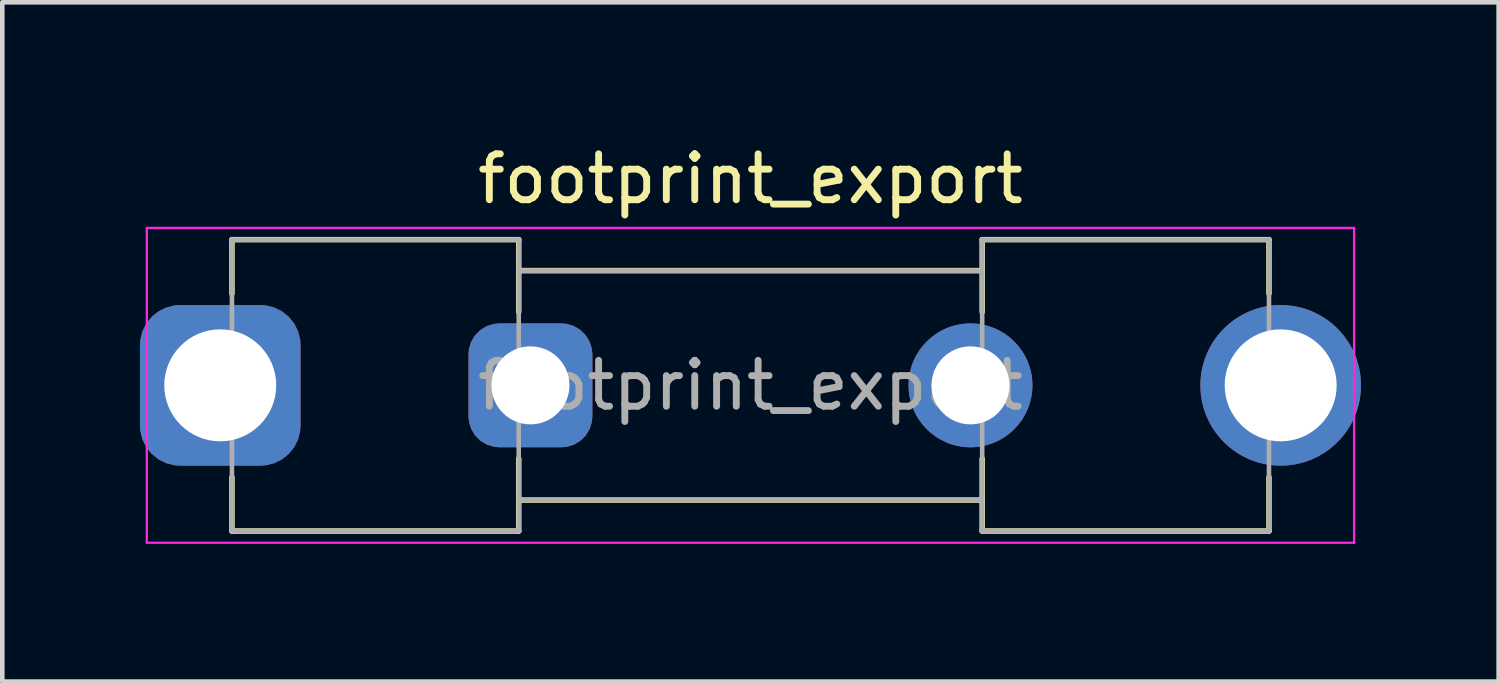
<source format=kicad_pcb>
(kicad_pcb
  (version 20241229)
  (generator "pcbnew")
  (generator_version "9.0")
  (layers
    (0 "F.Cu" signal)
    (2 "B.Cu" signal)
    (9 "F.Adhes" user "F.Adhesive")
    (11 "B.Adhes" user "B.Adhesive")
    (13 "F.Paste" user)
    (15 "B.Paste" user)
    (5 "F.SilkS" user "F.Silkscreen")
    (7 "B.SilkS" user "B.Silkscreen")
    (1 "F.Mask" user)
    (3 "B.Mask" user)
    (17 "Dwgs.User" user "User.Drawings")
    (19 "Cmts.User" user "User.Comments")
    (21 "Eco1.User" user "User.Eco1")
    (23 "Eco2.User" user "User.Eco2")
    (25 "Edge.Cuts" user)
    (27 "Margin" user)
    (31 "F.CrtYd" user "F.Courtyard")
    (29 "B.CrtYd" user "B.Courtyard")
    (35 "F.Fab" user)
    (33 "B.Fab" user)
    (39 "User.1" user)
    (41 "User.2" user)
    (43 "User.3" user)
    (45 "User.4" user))
  (footprint "footprint_export"
    (layer "F.Cu")
    (at 1.75 5.348)
    (property "Reference" "footprint_export" (at 11.555 -4.5 0) (layer "F.SilkS") (effects (font (size 1 1) (thickness 0.15))))
    (attr through_hole)
    (fp_line (start 0.255 -3.175) (end 0.255 -2) (stroke (width 0.12) (type solid)) (layer "F.SilkS"))
    (fp_line (start 0.255 3.175) (end 0.255 2) (stroke (width 0.12) (type solid)) (layer "F.SilkS"))
    (fp_line (start 6.505 -3.175) (end 0.255 -3.175) (stroke (width 0.12) (type solid)) (layer "F.SilkS"))
    (fp_line (start 6.505 -3.175) (end 6.505 -1.6) (stroke (width 0.12) (type solid)) (layer "F.SilkS"))
    (fp_line (start 6.505 3.175) (end 0.255 3.175) (stroke (width 0.12) (type solid)) (layer "F.SilkS"))
    (fp_line (start 6.505 3.175) (end 6.505 1.6) (stroke (width 0.12) (type solid)) (layer "F.SilkS"))
    (fp_line (start 16.605 -3.175) (end 16.605 -1.6) (stroke (width 0.12) (type solid)) (layer "F.SilkS"))
    (fp_line (start 16.605 -2.5) (end 6.505 -2.5) (stroke (width 0.12) (type solid)) (layer "F.SilkS"))
    (fp_line (start 16.605 2.5) (end 6.505 2.5) (stroke (width 0.12) (type solid)) (layer "F.SilkS"))
    (fp_line (start 16.605 3.175) (end 16.605 1.6) (stroke (width 0.12) (type solid)) (layer "F.SilkS"))
    (fp_line (start 16.605 3.175) (end 22.855 3.175) (stroke (width 0.12) (type solid)) (layer "F.SilkS"))
    (fp_line (start 22.855 -3.175) (end 16.605 -3.175) (stroke (width 0.12) (type solid)) (layer "F.SilkS"))
    (fp_line (start 22.855 -2) (end 22.855 -3.175) (stroke (width 0.12) (type solid)) (layer "F.SilkS"))
    (fp_line (start 22.855 2) (end 22.855 3.175) (stroke (width 0.12) (type solid)) (layer "F.SilkS"))
    (fp_line (start -1.6 -3.43) (end -1.6 3.43) (stroke (width 0.05) (type solid)) (layer "F.CrtYd"))
    (fp_line (start -1.6 -3.43) (end 24.71 -3.43) (stroke (width 0.05) (type solid)) (layer "F.CrtYd"))
    (fp_line (start 24.71 3.43) (end -1.6 3.43) (stroke (width 0.05) (type solid)) (layer "F.CrtYd"))
    (fp_line (start 24.71 3.43) (end 24.71 -3.43) (stroke (width 0.05) (type solid)) (layer "F.CrtYd"))
    (fp_line (start 0.255 -3.175) (end 6.505 -3.175) (stroke (width 0.1) (type solid)) (layer "F.Fab"))
    (fp_line (start 0.255 3.175) (end 0.255 -3.175) (stroke (width 0.1) (type solid)) (layer "F.Fab"))
    (fp_line (start 6.505 -3.175) (end 6.505 3.175) (stroke (width 0.1) (type solid)) (layer "F.Fab"))
    (fp_line (start 6.505 -2.5) (end 16.605 -2.5) (stroke (width 0.1) (type solid)) (layer "F.Fab"))
    (fp_line (start 6.505 3.175) (end 0.255 3.175) (stroke (width 0.1) (type solid)) (layer "F.Fab"))
    (fp_line (start 16.605 -3.175) (end 16.605 3.175) (stroke (width 0.1) (type solid)) (layer "F.Fab"))
    (fp_line (start 16.605 2.5) (end 6.505 2.5) (stroke (width 0.1) (type solid)) (layer "F.Fab"))
    (fp_line (start 16.605 3.175) (end 22.855 3.175) (stroke (width 0.1) (type solid)) (layer "F.Fab"))
    (fp_line (start 22.855 -3.175) (end 16.605 -3.175) (stroke (width 0.1) (type solid)) (layer "F.Fab"))
    (fp_line (start 22.855 3.175) (end 22.855 -3.175) (stroke (width 0.1) (type solid)) (layer "F.Fab"))
    (fp_text user "${REFERENCE}" (at 11.555 0 0) (layer "F.Fab") (effects (font (size 1 1) (thickness 0.15))))
    (pad "1" thru_hole roundrect (at 0 0) (size 3.5 3.5) (drill 2.44) (layers "*.Cu" "*.Mask") (roundrect_rratio 0.25))
    (pad "1" thru_hole roundrect (at 6.76 0) (size 2.7 2.7) (drill 1.7) (layers "*.Cu" "*.Mask") (roundrect_rratio 0.25))
    (pad "2" thru_hole circle (at 16.35 0) (size 2.7 2.7) (drill 1.7) (layers "*.Cu" "*.Mask"))
    (pad "2" thru_hole circle (at 23.11 0) (size 3.5 3.5) (drill 2.44) (layers "*.Cu" "*.Mask")))
  (gr_rect
    (start -3 -3)
    (end 29.61 11.803)
    (stroke (width 0.1) (type default))
    (fill no)
    (layer "Edge.Cuts")))
</source>
